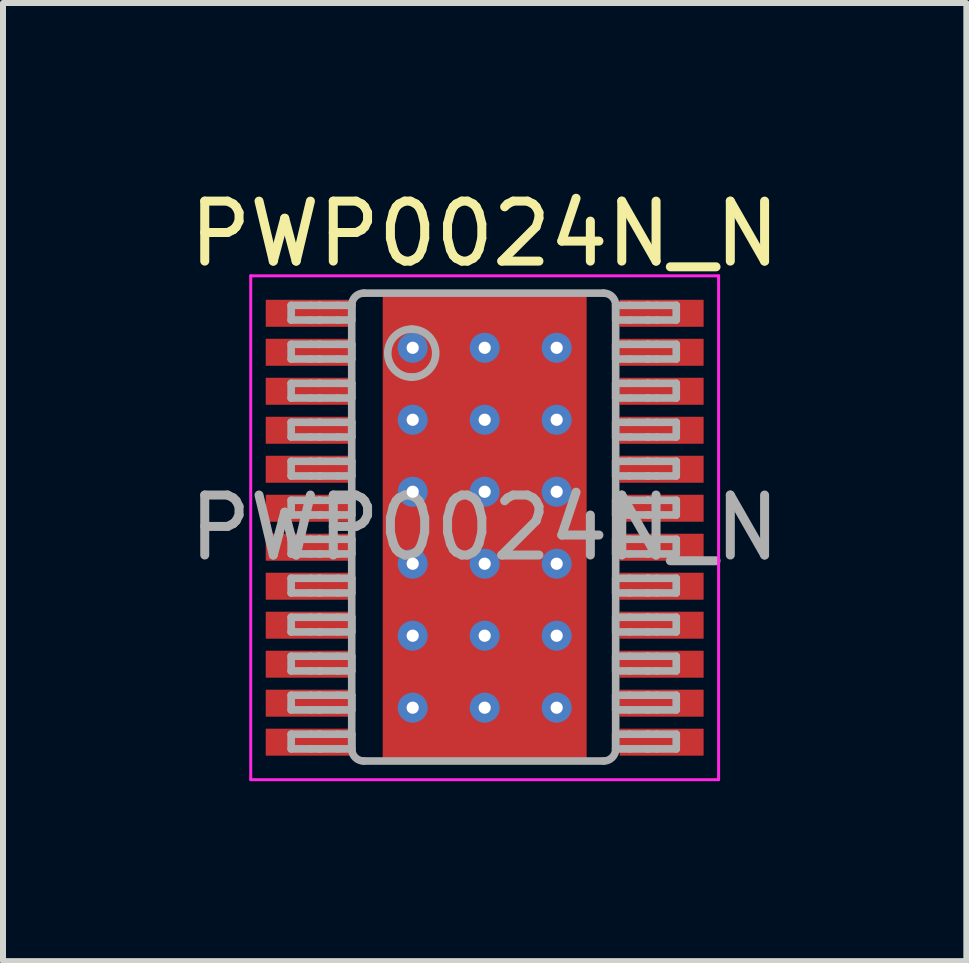
<source format=kicad_pcb>
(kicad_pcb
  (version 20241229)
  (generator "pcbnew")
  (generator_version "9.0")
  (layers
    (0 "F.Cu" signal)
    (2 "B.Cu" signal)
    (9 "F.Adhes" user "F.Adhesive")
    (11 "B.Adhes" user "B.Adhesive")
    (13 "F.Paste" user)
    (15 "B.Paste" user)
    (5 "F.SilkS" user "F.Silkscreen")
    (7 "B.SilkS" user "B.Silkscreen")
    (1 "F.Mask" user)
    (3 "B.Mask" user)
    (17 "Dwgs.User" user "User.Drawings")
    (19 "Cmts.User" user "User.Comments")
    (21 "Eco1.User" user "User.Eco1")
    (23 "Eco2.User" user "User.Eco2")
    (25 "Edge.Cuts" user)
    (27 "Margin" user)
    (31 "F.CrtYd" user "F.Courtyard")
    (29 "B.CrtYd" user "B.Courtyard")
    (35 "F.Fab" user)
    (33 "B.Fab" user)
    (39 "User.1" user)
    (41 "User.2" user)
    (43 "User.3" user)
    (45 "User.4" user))
  (footprint "PWP0024N_N"
    (layer "F.Cu")
    (at 5.03 5.748)
    (property "Reference" "PWP0024N_N" (at 0 -4.9 0) (unlocked yes) (layer "F.SilkS") (effects (font (size 1 1) (thickness 0.15))))
    (attr smd)
    (fp_poly (pts (xy -1.48 1.96) (xy -1.48 -1.96) (xy -1.43 -2.01) (xy 1.43 -2.01) (xy 1.48 -1.96) (xy 1.48 1.96) (xy 1.43 2.01) (xy -1.43 2.01)) (stroke (width 0) (type solid)) (fill yes) (layer "F.Mask"))
    (fp_poly (pts (xy -1.48 1.96) (xy -1.48 -1.96) (xy -1.43 -2.01) (xy 1.43 -2.01) (xy 1.48 -1.96) (xy 1.48 1.96) (xy 1.43 2.01) (xy -1.43 2.01)) (stroke (width 0) (type solid)) (fill yes) (layer "F.Paste"))
    (fp_line (start -3.9 -4.2) (end 3.9 -4.2) (stroke (width 0.05) (type solid)) (layer "F.CrtYd"))
    (fp_line (start -3.9 4.2) (end -3.9 -4.2) (stroke (width 0.05) (type solid)) (layer "F.CrtYd"))
    (fp_line (start -3.9 4.2) (end 3.9 4.2) (stroke (width 0.05) (type solid)) (layer "F.CrtYd"))
    (fp_line (start 3.9 4.2) (end 3.9 -4.2) (stroke (width 0.05) (type solid)) (layer "F.CrtYd"))
    (fp_line (start -3.226 -3.708) (end -2.902 -3.708) (stroke (width 0.127) (type solid)) (layer "F.Fab"))
    (fp_line (start -3.226 -3.463) (end -3.226 -3.708) (stroke (width 0.127) (type solid)) (layer "F.Fab"))
    (fp_line (start -3.226 -3.463) (end -2.902 -3.463) (stroke (width 0.127) (type solid)) (layer "F.Fab"))
    (fp_line (start -3.226 -3.058) (end -2.902 -3.058) (stroke (width 0.127) (type solid)) (layer "F.Fab"))
    (fp_line (start -3.226 -2.813) (end -3.226 -3.058) (stroke (width 0.127) (type solid)) (layer "F.Fab"))
    (fp_line (start -3.226 -2.813) (end -2.902 -2.813) (stroke (width 0.127) (type solid)) (layer "F.Fab"))
    (fp_line (start -3.226 -2.408) (end -2.902 -2.408) (stroke (width 0.127) (type solid)) (layer "F.Fab"))
    (fp_line (start -3.226 -2.163) (end -3.226 -2.408) (stroke (width 0.127) (type solid)) (layer "F.Fab"))
    (fp_line (start -3.226 -2.163) (end -2.902 -2.163) (stroke (width 0.127) (type solid)) (layer "F.Fab"))
    (fp_line (start -3.226 -1.758) (end -2.902 -1.758) (stroke (width 0.127) (type solid)) (layer "F.Fab"))
    (fp_line (start -3.226 -1.513) (end -3.226 -1.758) (stroke (width 0.127) (type solid)) (layer "F.Fab"))
    (fp_line (start -3.226 -1.513) (end -2.902 -1.513) (stroke (width 0.127) (type solid)) (layer "F.Fab"))
    (fp_line (start -3.226 -1.108) (end -2.902 -1.108) (stroke (width 0.127) (type solid)) (layer "F.Fab"))
    (fp_line (start -3.226 -0.863) (end -3.226 -1.108) (stroke (width 0.127) (type solid)) (layer "F.Fab"))
    (fp_line (start -3.226 -0.863) (end -2.902 -0.863) (stroke (width 0.127) (type solid)) (layer "F.Fab"))
    (fp_line (start -3.226 -0.458) (end -2.902 -0.458) (stroke (width 0.127) (type solid)) (layer "F.Fab"))
    (fp_line (start -3.226 -0.213) (end -3.226 -0.458) (stroke (width 0.127) (type solid)) (layer "F.Fab"))
    (fp_line (start -3.226 -0.213) (end -2.902 -0.213) (stroke (width 0.127) (type solid)) (layer "F.Fab"))
    (fp_line (start -3.226 0.192) (end -2.902 0.192) (stroke (width 0.127) (type solid)) (layer "F.Fab"))
    (fp_line (start -3.226 0.437) (end -3.226 0.192) (stroke (width 0.127) (type solid)) (layer "F.Fab"))
    (fp_line (start -3.226 0.437) (end -2.902 0.437) (stroke (width 0.127) (type solid)) (layer "F.Fab"))
    (fp_line (start -3.226 0.842) (end -2.902 0.842) (stroke (width 0.127) (type solid)) (layer "F.Fab"))
    (fp_line (start -3.226 1.087) (end -3.226 0.842) (stroke (width 0.127) (type solid)) (layer "F.Fab"))
    (fp_line (start -3.226 1.087) (end -2.902 1.087) (stroke (width 0.127) (type solid)) (layer "F.Fab"))
    (fp_line (start -3.226 1.492) (end -2.902 1.492) (stroke (width 0.127) (type solid)) (layer "F.Fab"))
    (fp_line (start -3.226 1.737) (end -3.226 1.492) (stroke (width 0.127) (type solid)) (layer "F.Fab"))
    (fp_line (start -3.226 1.737) (end -2.902 1.737) (stroke (width 0.127) (type solid)) (layer "F.Fab"))
    (fp_line (start -3.226 2.142) (end -2.902 2.142) (stroke (width 0.127) (type solid)) (layer "F.Fab"))
    (fp_line (start -3.226 2.387) (end -3.226 2.142) (stroke (width 0.127) (type solid)) (layer "F.Fab"))
    (fp_line (start -3.226 2.387) (end -2.902 2.387) (stroke (width 0.127) (type solid)) (layer "F.Fab"))
    (fp_line (start -3.226 2.792) (end -2.902 2.792) (stroke (width 0.127) (type solid)) (layer "F.Fab"))
    (fp_line (start -3.226 3.037) (end -3.226 2.792) (stroke (width 0.127) (type solid)) (layer "F.Fab"))
    (fp_line (start -3.226 3.037) (end -2.902 3.037) (stroke (width 0.127) (type solid)) (layer "F.Fab"))
    (fp_line (start -3.226 3.442) (end -2.902 3.442) (stroke (width 0.127) (type solid)) (layer "F.Fab"))
    (fp_line (start -3.226 3.687) (end -3.226 3.442) (stroke (width 0.127) (type solid)) (layer "F.Fab"))
    (fp_line (start -3.226 3.687) (end -2.902 3.687) (stroke (width 0.127) (type solid)) (layer "F.Fab"))
    (fp_line (start -2.902 -3.708) (end -2.755 -3.708) (stroke (width 0.127) (type solid)) (layer "F.Fab"))
    (fp_line (start -2.902 -3.463) (end -2.755 -3.463) (stroke (width 0.127) (type solid)) (layer "F.Fab"))
    (fp_line (start -2.902 -3.058) (end -2.755 -3.058) (stroke (width 0.127) (type solid)) (layer "F.Fab"))
    (fp_line (start -2.902 -2.813) (end -2.755 -2.813) (stroke (width 0.127) (type solid)) (layer "F.Fab"))
    (fp_line (start -2.902 -2.408) (end -2.755 -2.408) (stroke (width 0.127) (type solid)) (layer "F.Fab"))
    (fp_line (start -2.902 -2.163) (end -2.755 -2.163) (stroke (width 0.127) (type solid)) (layer "F.Fab"))
    (fp_line (start -2.902 -1.758) (end -2.755 -1.758) (stroke (width 0.127) (type solid)) (layer "F.Fab"))
    (fp_line (start -2.902 -1.513) (end -2.755 -1.513) (stroke (width 0.127) (type solid)) (layer "F.Fab"))
    (fp_line (start -2.902 -1.108) (end -2.755 -1.108) (stroke (width 0.127) (type solid)) (layer "F.Fab"))
    (fp_line (start -2.902 -0.863) (end -2.755 -0.863) (stroke (width 0.127) (type solid)) (layer "F.Fab"))
    (fp_line (start -2.902 -0.458) (end -2.755 -0.458) (stroke (width 0.127) (type solid)) (layer "F.Fab"))
    (fp_line (start -2.902 -0.213) (end -2.755 -0.213) (stroke (width 0.127) (type solid)) (layer "F.Fab"))
    (fp_line (start -2.902 0.192) (end -2.755 0.192) (stroke (width 0.127) (type solid)) (layer "F.Fab"))
    (fp_line (start -2.902 0.437) (end -2.755 0.437) (stroke (width 0.127) (type solid)) (layer "F.Fab"))
    (fp_line (start -2.902 0.842) (end -2.755 0.842) (stroke (width 0.127) (type solid)) (layer "F.Fab"))
    (fp_line (start -2.902 1.087) (end -2.755 1.087) (stroke (width 0.127) (type solid)) (layer "F.Fab"))
    (fp_line (start -2.902 1.492) (end -2.755 1.492) (stroke (width 0.127) (type solid)) (layer "F.Fab"))
    (fp_line (start -2.902 1.737) (end -2.755 1.737) (stroke (width 0.127) (type solid)) (layer "F.Fab"))
    (fp_line (start -2.902 2.142) (end -2.755 2.142) (stroke (width 0.127) (type solid)) (layer "F.Fab"))
    (fp_line (start -2.902 2.387) (end -2.755 2.387) (stroke (width 0.127) (type solid)) (layer "F.Fab"))
    (fp_line (start -2.902 2.792) (end -2.755 2.792) (stroke (width 0.127) (type solid)) (layer "F.Fab"))
    (fp_line (start -2.902 3.037) (end -2.755 3.037) (stroke (width 0.127) (type solid)) (layer "F.Fab"))
    (fp_line (start -2.902 3.442) (end -2.755 3.442) (stroke (width 0.127) (type solid)) (layer "F.Fab"))
    (fp_line (start -2.902 3.687) (end -2.755 3.687) (stroke (width 0.127) (type solid)) (layer "F.Fab"))
    (fp_line (start -2.755 -3.708) (end -2.749 -3.708) (stroke (width 0.127) (type solid)) (layer "F.Fab"))
    (fp_line (start -2.755 -3.463) (end -2.749 -3.463) (stroke (width 0.127) (type solid)) (layer "F.Fab"))
    (fp_line (start -2.755 -3.058) (end -2.749 -3.058) (stroke (width 0.127) (type solid)) (layer "F.Fab"))
    (fp_line (start -2.755 -2.813) (end -2.749 -2.813) (stroke (width 0.127) (type solid)) (layer "F.Fab"))
    (fp_line (start -2.755 -2.408) (end -2.749 -2.408) (stroke (width 0.127) (type solid)) (layer "F.Fab"))
    (fp_line (start -2.755 -2.163) (end -2.749 -2.163) (stroke (width 0.127) (type solid)) (layer "F.Fab"))
    (fp_line (start -2.755 -1.758) (end -2.749 -1.758) (stroke (width 0.127) (type solid)) (layer "F.Fab"))
    (fp_line (start -2.755 -1.513) (end -2.749 -1.513) (stroke (width 0.127) (type solid)) (layer "F.Fab"))
    (fp_line (start -2.755 -1.108) (end -2.749 -1.108) (stroke (width 0.127) (type solid)) (layer "F.Fab"))
    (fp_line (start -2.755 -0.863) (end -2.749 -0.863) (stroke (width 0.127) (type solid)) (layer "F.Fab"))
    (fp_line (start -2.755 -0.458) (end -2.749 -0.458) (stroke (width 0.127) (type solid)) (layer "F.Fab"))
    (fp_line (start -2.755 -0.213) (end -2.749 -0.213) (stroke (width 0.127) (type solid)) (layer "F.Fab"))
    (fp_line (start -2.755 0.192) (end -2.749 0.192) (stroke (width 0.127) (type solid)) (layer "F.Fab"))
    (fp_line (start -2.755 0.437) (end -2.749 0.437) (stroke (width 0.127) (type solid)) (layer "F.Fab"))
    (fp_line (start -2.755 0.842) (end -2.749 0.842) (stroke (width 0.127) (type solid)) (layer "F.Fab"))
    (fp_line (start -2.755 1.087) (end -2.749 1.087) (stroke (width 0.127) (type solid)) (layer "F.Fab"))
    (fp_line (start -2.755 1.492) (end -2.749 1.492) (stroke (width 0.127) (type solid)) (layer "F.Fab"))
    (fp_line (start -2.755 1.737) (end -2.749 1.737) (stroke (width 0.127) (type solid)) (layer "F.Fab"))
    (fp_line (start -2.755 2.142) (end -2.749 2.142) (stroke (width 0.127) (type solid)) (layer "F.Fab"))
    (fp_line (start -2.755 2.387) (end -2.749 2.387) (stroke (width 0.127) (type solid)) (layer "F.Fab"))
    (fp_line (start -2.755 2.792) (end -2.749 2.792) (stroke (width 0.127) (type solid)) (layer "F.Fab"))
    (fp_line (start -2.755 3.037) (end -2.749 3.037) (stroke (width 0.127) (type solid)) (layer "F.Fab"))
    (fp_line (start -2.755 3.442) (end -2.749 3.442) (stroke (width 0.127) (type solid)) (layer "F.Fab"))
    (fp_line (start -2.755 3.687) (end -2.749 3.687) (stroke (width 0.127) (type solid)) (layer "F.Fab"))
    (fp_line (start -2.749 -3.708) (end -2.446 -3.708) (stroke (width 0.127) (type solid)) (layer "F.Fab"))
    (fp_line (start -2.749 -3.463) (end -2.446 -3.463) (stroke (width 0.127) (type solid)) (layer "F.Fab"))
    (fp_line (start -2.749 -3.058) (end -2.446 -3.058) (stroke (width 0.127) (type solid)) (layer "F.Fab"))
    (fp_line (start -2.749 -2.813) (end -2.446 -2.813) (stroke (width 0.127) (type solid)) (layer "F.Fab"))
    (fp_line (start -2.749 -2.408) (end -2.446 -2.408) (stroke (width 0.127) (type solid)) (layer "F.Fab"))
    (fp_line (start -2.749 -2.163) (end -2.446 -2.163) (stroke (width 0.127) (type solid)) (layer "F.Fab"))
    (fp_line (start -2.749 -1.758) (end -2.446 -1.758) (stroke (width 0.127) (type solid)) (layer "F.Fab"))
    (fp_line (start -2.749 -1.513) (end -2.446 -1.513) (stroke (width 0.127) (type solid)) (layer "F.Fab"))
    (fp_line (start -2.749 -1.108) (end -2.446 -1.108) (stroke (width 0.127) (type solid)) (layer "F.Fab"))
    (fp_line (start -2.749 -0.863) (end -2.446 -0.863) (stroke (width 0.127) (type solid)) (layer "F.Fab"))
    (fp_line (start -2.749 -0.458) (end -2.446 -0.458) (stroke (width 0.127) (type solid)) (layer "F.Fab"))
    (fp_line (start -2.749 -0.213) (end -2.446 -0.213) (stroke (width 0.127) (type solid)) (layer "F.Fab"))
    (fp_line (start -2.749 0.192) (end -2.446 0.192) (stroke (width 0.127) (type solid)) (layer "F.Fab"))
    (fp_line (start -2.749 0.437) (end -2.446 0.437) (stroke (width 0.127) (type solid)) (layer "F.Fab"))
    (fp_line (start -2.749 0.842) (end -2.446 0.842) (stroke (width 0.127) (type solid)) (layer "F.Fab"))
    (fp_line (start -2.749 1.087) (end -2.446 1.087) (stroke (width 0.127) (type solid)) (layer "F.Fab"))
    (fp_line (start -2.749 1.492) (end -2.446 1.492) (stroke (width 0.127) (type solid)) (layer "F.Fab"))
    (fp_line (start -2.749 1.737) (end -2.446 1.737) (stroke (width 0.127) (type solid)) (layer "F.Fab"))
    (fp_line (start -2.749 2.142) (end -2.446 2.142) (stroke (width 0.127) (type solid)) (layer "F.Fab"))
    (fp_line (start -2.749 2.387) (end -2.446 2.387) (stroke (width 0.127) (type solid)) (layer "F.Fab"))
    (fp_line (start -2.749 2.792) (end -2.446 2.792) (stroke (width 0.127) (type solid)) (layer "F.Fab"))
    (fp_line (start -2.749 3.037) (end -2.446 3.037) (stroke (width 0.127) (type solid)) (layer "F.Fab"))
    (fp_line (start -2.749 3.442) (end -2.446 3.442) (stroke (width 0.127) (type solid)) (layer "F.Fab"))
    (fp_line (start -2.749 3.687) (end -2.446 3.687) (stroke (width 0.127) (type solid)) (layer "F.Fab"))
    (fp_line (start -2.446 -3.708) (end -2.216 -3.708) (stroke (width 0.127) (type solid)) (layer "F.Fab"))
    (fp_line (start -2.446 -3.463) (end -2.216 -3.463) (stroke (width 0.127) (type solid)) (layer "F.Fab"))
    (fp_line (start -2.446 -3.058) (end -2.216 -3.058) (stroke (width 0.127) (type solid)) (layer "F.Fab"))
    (fp_line (start -2.446 -2.813) (end -2.216 -2.813) (stroke (width 0.127) (type solid)) (layer "F.Fab"))
    (fp_line (start -2.446 -2.408) (end -2.216 -2.408) (stroke (width 0.127) (type solid)) (layer "F.Fab"))
    (fp_line (start -2.446 -2.163) (end -2.216 -2.163) (stroke (width 0.127) (type solid)) (layer "F.Fab"))
    (fp_line (start -2.446 -1.758) (end -2.216 -1.758) (stroke (width 0.127) (type solid)) (layer "F.Fab"))
    (fp_line (start -2.446 -1.513) (end -2.216 -1.513) (stroke (width 0.127) (type solid)) (layer "F.Fab"))
    (fp_line (start -2.446 -1.108) (end -2.216 -1.108) (stroke (width 0.127) (type solid)) (layer "F.Fab"))
    (fp_line (start -2.446 -0.863) (end -2.216 -0.863) (stroke (width 0.127) (type solid)) (layer "F.Fab"))
    (fp_line (start -2.446 -0.458) (end -2.216 -0.458) (stroke (width 0.127) (type solid)) (layer "F.Fab"))
    (fp_line (start -2.446 -0.213) (end -2.216 -0.213) (stroke (width 0.127) (type solid)) (layer "F.Fab"))
    (fp_line (start -2.446 0.192) (end -2.216 0.192) (stroke (width 0.127) (type solid)) (layer "F.Fab"))
    (fp_line (start -2.446 0.437) (end -2.216 0.437) (stroke (width 0.127) (type solid)) (layer "F.Fab"))
    (fp_line (start -2.446 0.842) (end -2.216 0.842) (stroke (width 0.127) (type solid)) (layer "F.Fab"))
    (fp_line (start -2.446 1.087) (end -2.216 1.087) (stroke (width 0.127) (type solid)) (layer "F.Fab"))
    (fp_line (start -2.446 1.492) (end -2.216 1.492) (stroke (width 0.127) (type solid)) (layer "F.Fab"))
    (fp_line (start -2.446 1.737) (end -2.216 1.737) (stroke (width 0.127) (type solid)) (layer "F.Fab"))
    (fp_line (start -2.446 2.142) (end -2.216 2.142) (stroke (width 0.127) (type solid)) (layer "F.Fab"))
    (fp_line (start -2.446 2.387) (end -2.216 2.387) (stroke (width 0.127) (type solid)) (layer "F.Fab"))
    (fp_line (start -2.446 2.792) (end -2.216 2.792) (stroke (width 0.127) (type solid)) (layer "F.Fab"))
    (fp_line (start -2.446 3.037) (end -2.216 3.037) (stroke (width 0.127) (type solid)) (layer "F.Fab"))
    (fp_line (start -2.446 3.442) (end -2.216 3.442) (stroke (width 0.127) (type solid)) (layer "F.Fab"))
    (fp_line (start -2.446 3.687) (end -2.216 3.687) (stroke (width 0.127) (type solid)) (layer "F.Fab"))
    (fp_line (start -2.216 -3.463) (end -2.216 -3.708) (stroke (width 0.127) (type solid)) (layer "F.Fab"))
    (fp_line (start -2.216 -2.813) (end -2.216 -3.058) (stroke (width 0.127) (type solid)) (layer "F.Fab"))
    (fp_line (start -2.216 -2.163) (end -2.216 -2.408) (stroke (width 0.127) (type solid)) (layer "F.Fab"))
    (fp_line (start -2.216 -1.513) (end -2.216 -1.758) (stroke (width 0.127) (type solid)) (layer "F.Fab"))
    (fp_line (start -2.216 -0.863) (end -2.216 -1.108) (stroke (width 0.127) (type solid)) (layer "F.Fab"))
    (fp_line (start -2.216 -0.213) (end -2.216 -0.458) (stroke (width 0.127) (type solid)) (layer "F.Fab"))
    (fp_line (start -2.216 0.437) (end -2.216 0.192) (stroke (width 0.127) (type solid)) (layer "F.Fab"))
    (fp_line (start -2.216 1.087) (end -2.216 0.842) (stroke (width 0.127) (type solid)) (layer "F.Fab"))
    (fp_line (start -2.216 1.737) (end -2.216 1.492) (stroke (width 0.127) (type solid)) (layer "F.Fab"))
    (fp_line (start -2.216 2.387) (end -2.216 2.142) (stroke (width 0.127) (type solid)) (layer "F.Fab"))
    (fp_line (start -2.216 3.037) (end -2.216 2.792) (stroke (width 0.127) (type solid)) (layer "F.Fab"))
    (fp_line (start -2.216 3.687) (end -2.216 3.442) (stroke (width 0.127) (type solid)) (layer "F.Fab"))
    (fp_line (start -2.216 3.689) (end -2.216 -3.711) (stroke (width 0.127) (type solid)) (layer "F.Fab"))
    (fp_line (start -2.016 -3.911) (end 1.984 -3.911) (stroke (width 0.127) (type solid)) (layer "F.Fab"))
    (fp_line (start -2.016 3.889) (end 1.984 3.889) (stroke (width 0.127) (type solid)) (layer "F.Fab"))
    (fp_line (start 2.184 -3.708) (end 2.415 -3.708) (stroke (width 0.127) (type solid)) (layer "F.Fab"))
    (fp_line (start 2.184 -3.463) (end 2.184 -3.708) (stroke (width 0.127) (type solid)) (layer "F.Fab"))
    (fp_line (start 2.184 -3.463) (end 2.415 -3.463) (stroke (width 0.127) (type solid)) (layer "F.Fab"))
    (fp_line (start 2.184 -3.058) (end 2.415 -3.058) (stroke (width 0.127) (type solid)) (layer "F.Fab"))
    (fp_line (start 2.184 -2.813) (end 2.184 -3.058) (stroke (width 0.127) (type solid)) (layer "F.Fab"))
    (fp_line (start 2.184 -2.813) (end 2.415 -2.813) (stroke (width 0.127) (type solid)) (layer "F.Fab"))
    (fp_line (start 2.184 -2.408) (end 2.415 -2.408) (stroke (width 0.127) (type solid)) (layer "F.Fab"))
    (fp_line (start 2.184 -2.163) (end 2.184 -2.408) (stroke (width 0.127) (type solid)) (layer "F.Fab"))
    (fp_line (start 2.184 -2.163) (end 2.415 -2.163) (stroke (width 0.127) (type solid)) (layer "F.Fab"))
    (fp_line (start 2.184 -1.758) (end 2.415 -1.758) (stroke (width 0.127) (type solid)) (layer "F.Fab"))
    (fp_line (start 2.184 -1.513) (end 2.184 -1.758) (stroke (width 0.127) (type solid)) (layer "F.Fab"))
    (fp_line (start 2.184 -1.513) (end 2.415 -1.513) (stroke (width 0.127) (type solid)) (layer "F.Fab"))
    (fp_line (start 2.184 -1.108) (end 2.415 -1.108) (stroke (width 0.127) (type solid)) (layer "F.Fab"))
    (fp_line (start 2.184 -0.863) (end 2.184 -1.108) (stroke (width 0.127) (type solid)) (layer "F.Fab"))
    (fp_line (start 2.184 -0.863) (end 2.415 -0.863) (stroke (width 0.127) (type solid)) (layer "F.Fab"))
    (fp_line (start 2.184 -0.458) (end 2.415 -0.458) (stroke (width 0.127) (type solid)) (layer "F.Fab"))
    (fp_line (start 2.184 -0.213) (end 2.184 -0.458) (stroke (width 0.127) (type solid)) (layer "F.Fab"))
    (fp_line (start 2.184 -0.213) (end 2.415 -0.213) (stroke (width 0.127) (type solid)) (layer "F.Fab"))
    (fp_line (start 2.184 0.192) (end 2.415 0.192) (stroke (width 0.127) (type solid)) (layer "F.Fab"))
    (fp_line (start 2.184 0.437) (end 2.184 0.192) (stroke (width 0.127) (type solid)) (layer "F.Fab"))
    (fp_line (start 2.184 0.437) (end 2.415 0.437) (stroke (width 0.127) (type solid)) (layer "F.Fab"))
    (fp_line (start 2.184 0.842) (end 2.415 0.842) (stroke (width 0.127) (type solid)) (layer "F.Fab"))
    (fp_line (start 2.184 1.087) (end 2.184 0.842) (stroke (width 0.127) (type solid)) (layer "F.Fab"))
    (fp_line (start 2.184 1.087) (end 2.415 1.087) (stroke (width 0.127) (type solid)) (layer "F.Fab"))
    (fp_line (start 2.184 1.492) (end 2.415 1.492) (stroke (width 0.127) (type solid)) (layer "F.Fab"))
    (fp_line (start 2.184 1.737) (end 2.184 1.492) (stroke (width 0.127) (type solid)) (layer "F.Fab"))
    (fp_line (start 2.184 1.737) (end 2.415 1.737) (stroke (width 0.127) (type solid)) (layer "F.Fab"))
    (fp_line (start 2.184 2.142) (end 2.415 2.142) (stroke (width 0.127) (type solid)) (layer "F.Fab"))
    (fp_line (start 2.184 2.387) (end 2.184 2.142) (stroke (width 0.127) (type solid)) (layer "F.Fab"))
    (fp_line (start 2.184 2.387) (end 2.415 2.387) (stroke (width 0.127) (type solid)) (layer "F.Fab"))
    (fp_line (start 2.184 2.792) (end 2.415 2.792) (stroke (width 0.127) (type solid)) (layer "F.Fab"))
    (fp_line (start 2.184 3.037) (end 2.184 2.792) (stroke (width 0.127) (type solid)) (layer "F.Fab"))
    (fp_line (start 2.184 3.037) (end 2.415 3.037) (stroke (width 0.127) (type solid)) (layer "F.Fab"))
    (fp_line (start 2.184 3.442) (end 2.415 3.442) (stroke (width 0.127) (type solid)) (layer "F.Fab"))
    (fp_line (start 2.184 3.687) (end 2.184 3.442) (stroke (width 0.127) (type solid)) (layer "F.Fab"))
    (fp_line (start 2.184 3.687) (end 2.415 3.687) (stroke (width 0.127) (type solid)) (layer "F.Fab"))
    (fp_line (start 2.184 3.689) (end 2.184 -3.711) (stroke (width 0.127) (type solid)) (layer "F.Fab"))
    (fp_line (start 2.415 -3.708) (end 2.718 -3.708) (stroke (width 0.127) (type solid)) (layer "F.Fab"))
    (fp_line (start 2.415 -3.463) (end 2.718 -3.463) (stroke (width 0.127) (type solid)) (layer "F.Fab"))
    (fp_line (start 2.415 -3.058) (end 2.718 -3.058) (stroke (width 0.127) (type solid)) (layer "F.Fab"))
    (fp_line (start 2.415 -2.813) (end 2.718 -2.813) (stroke (width 0.127) (type solid)) (layer "F.Fab"))
    (fp_line (start 2.415 -2.408) (end 2.718 -2.408) (stroke (width 0.127) (type solid)) (layer "F.Fab"))
    (fp_line (start 2.415 -2.163) (end 2.718 -2.163) (stroke (width 0.127) (type solid)) (layer "F.Fab"))
    (fp_line (start 2.415 -1.758) (end 2.718 -1.758) (stroke (width 0.127) (type solid)) (layer "F.Fab"))
    (fp_line (start 2.415 -1.513) (end 2.718 -1.513) (stroke (width 0.127) (type solid)) (layer "F.Fab"))
    (fp_line (start 2.415 -1.108) (end 2.718 -1.108) (stroke (width 0.127) (type solid)) (layer "F.Fab"))
    (fp_line (start 2.415 -0.863) (end 2.718 -0.863) (stroke (width 0.127) (type solid)) (layer "F.Fab"))
    (fp_line (start 2.415 -0.458) (end 2.718 -0.458) (stroke (width 0.127) (type solid)) (layer "F.Fab"))
    (fp_line (start 2.415 -0.213) (end 2.718 -0.213) (stroke (width 0.127) (type solid)) (layer "F.Fab"))
    (fp_line (start 2.415 0.192) (end 2.718 0.192) (stroke (width 0.127) (type solid)) (layer "F.Fab"))
    (fp_line (start 2.415 0.437) (end 2.718 0.437) (stroke (width 0.127) (type solid)) (layer "F.Fab"))
    (fp_line (start 2.415 0.842) (end 2.718 0.842) (stroke (width 0.127) (type solid)) (layer "F.Fab"))
    (fp_line (start 2.415 1.087) (end 2.718 1.087) (stroke (width 0.127) (type solid)) (layer "F.Fab"))
    (fp_line (start 2.415 1.492) (end 2.718 1.492) (stroke (width 0.127) (type solid)) (layer "F.Fab"))
    (fp_line (start 2.415 1.737) (end 2.718 1.737) (stroke (width 0.127) (type solid)) (layer "F.Fab"))
    (fp_line (start 2.415 2.142) (end 2.718 2.142) (stroke (width 0.127) (type solid)) (layer "F.Fab"))
    (fp_line (start 2.415 2.387) (end 2.718 2.387) (stroke (width 0.127) (type solid)) (layer "F.Fab"))
    (fp_line (start 2.415 2.792) (end 2.718 2.792) (stroke (width 0.127) (type solid)) (layer "F.Fab"))
    (fp_line (start 2.415 3.037) (end 2.718 3.037) (stroke (width 0.127) (type solid)) (layer "F.Fab"))
    (fp_line (start 2.415 3.442) (end 2.718 3.442) (stroke (width 0.127) (type solid)) (layer "F.Fab"))
    (fp_line (start 2.415 3.687) (end 2.718 3.687) (stroke (width 0.127) (type solid)) (layer "F.Fab"))
    (fp_line (start 2.718 -3.708) (end 2.723 -3.708) (stroke (width 0.127) (type solid)) (layer "F.Fab"))
    (fp_line (start 2.718 -3.463) (end 2.723 -3.463) (stroke (width 0.127) (type solid)) (layer "F.Fab"))
    (fp_line (start 2.718 -3.058) (end 2.723 -3.058) (stroke (width 0.127) (type solid)) (layer "F.Fab"))
    (fp_line (start 2.718 -2.813) (end 2.723 -2.813) (stroke (width 0.127) (type solid)) (layer "F.Fab"))
    (fp_line (start 2.718 -2.408) (end 2.723 -2.408) (stroke (width 0.127) (type solid)) (layer "F.Fab"))
    (fp_line (start 2.718 -2.163) (end 2.723 -2.163) (stroke (width 0.127) (type solid)) (layer "F.Fab"))
    (fp_line (start 2.718 -1.758) (end 2.723 -1.758) (stroke (width 0.127) (type solid)) (layer "F.Fab"))
    (fp_line (start 2.718 -1.513) (end 2.723 -1.513) (stroke (width 0.127) (type solid)) (layer "F.Fab"))
    (fp_line (start 2.718 -1.108) (end 2.723 -1.108) (stroke (width 0.127) (type solid)) (layer "F.Fab"))
    (fp_line (start 2.718 -0.863) (end 2.723 -0.863) (stroke (width 0.127) (type solid)) (layer "F.Fab"))
    (fp_line (start 2.718 -0.458) (end 2.723 -0.458) (stroke (width 0.127) (type solid)) (layer "F.Fab"))
    (fp_line (start 2.718 -0.213) (end 2.723 -0.213) (stroke (width 0.127) (type solid)) (layer "F.Fab"))
    (fp_line (start 2.718 0.192) (end 2.723 0.192) (stroke (width 0.127) (type solid)) (layer "F.Fab"))
    (fp_line (start 2.718 0.437) (end 2.723 0.437) (stroke (width 0.127) (type solid)) (layer "F.Fab"))
    (fp_line (start 2.718 0.842) (end 2.723 0.842) (stroke (width 0.127) (type solid)) (layer "F.Fab"))
    (fp_line (start 2.718 1.087) (end 2.723 1.087) (stroke (width 0.127) (type solid)) (layer "F.Fab"))
    (fp_line (start 2.718 1.492) (end 2.723 1.492) (stroke (width 0.127) (type solid)) (layer "F.Fab"))
    (fp_line (start 2.718 1.737) (end 2.723 1.737) (stroke (width 0.127) (type solid)) (layer "F.Fab"))
    (fp_line (start 2.718 2.142) (end 2.723 2.142) (stroke (width 0.127) (type solid)) (layer "F.Fab"))
    (fp_line (start 2.718 2.387) (end 2.723 2.387) (stroke (width 0.127) (type solid)) (layer "F.Fab"))
    (fp_line (start 2.718 2.792) (end 2.723 2.792) (stroke (width 0.127) (type solid)) (layer "F.Fab"))
    (fp_line (start 2.718 3.037) (end 2.723 3.037) (stroke (width 0.127) (type solid)) (layer "F.Fab"))
    (fp_line (start 2.718 3.442) (end 2.723 3.442) (stroke (width 0.127) (type solid)) (layer "F.Fab"))
    (fp_line (start 2.718 3.687) (end 2.723 3.687) (stroke (width 0.127) (type solid)) (layer "F.Fab"))
    (fp_line (start 2.723 -3.708) (end 2.871 -3.708) (stroke (width 0.127) (type solid)) (layer "F.Fab"))
    (fp_line (start 2.723 -3.463) (end 2.871 -3.463) (stroke (width 0.127) (type solid)) (layer "F.Fab"))
    (fp_line (start 2.723 -3.058) (end 2.871 -3.058) (stroke (width 0.127) (type solid)) (layer "F.Fab"))
    (fp_line (start 2.723 -2.813) (end 2.871 -2.813) (stroke (width 0.127) (type solid)) (layer "F.Fab"))
    (fp_line (start 2.723 -2.408) (end 2.871 -2.408) (stroke (width 0.127) (type solid)) (layer "F.Fab"))
    (fp_line (start 2.723 -2.163) (end 2.871 -2.163) (stroke (width 0.127) (type solid)) (layer "F.Fab"))
    (fp_line (start 2.723 -1.758) (end 2.871 -1.758) (stroke (width 0.127) (type solid)) (layer "F.Fab"))
    (fp_line (start 2.723 -1.513) (end 2.871 -1.513) (stroke (width 0.127) (type solid)) (layer "F.Fab"))
    (fp_line (start 2.723 -1.108) (end 2.871 -1.108) (stroke (width 0.127) (type solid)) (layer "F.Fab"))
    (fp_line (start 2.723 -0.863) (end 2.871 -0.863) (stroke (width 0.127) (type solid)) (layer "F.Fab"))
    (fp_line (start 2.723 -0.458) (end 2.871 -0.458) (stroke (width 0.127) (type solid)) (layer "F.Fab"))
    (fp_line (start 2.723 -0.213) (end 2.871 -0.213) (stroke (width 0.127) (type solid)) (layer "F.Fab"))
    (fp_line (start 2.723 0.192) (end 2.871 0.192) (stroke (width 0.127) (type solid)) (layer "F.Fab"))
    (fp_line (start 2.723 0.437) (end 2.871 0.437) (stroke (width 0.127) (type solid)) (layer "F.Fab"))
    (fp_line (start 2.723 0.842) (end 2.871 0.842) (stroke (width 0.127) (type solid)) (layer "F.Fab"))
    (fp_line (start 2.723 1.087) (end 2.871 1.087) (stroke (width 0.127) (type solid)) (layer "F.Fab"))
    (fp_line (start 2.723 1.492) (end 2.871 1.492) (stroke (width 0.127) (type solid)) (layer "F.Fab"))
    (fp_line (start 2.723 1.737) (end 2.871 1.737) (stroke (width 0.127) (type solid)) (layer "F.Fab"))
    (fp_line (start 2.723 2.142) (end 2.871 2.142) (stroke (width 0.127) (type solid)) (layer "F.Fab"))
    (fp_line (start 2.723 2.387) (end 2.871 2.387) (stroke (width 0.127) (type solid)) (layer "F.Fab"))
    (fp_line (start 2.723 2.792) (end 2.871 2.792) (stroke (width 0.127) (type solid)) (layer "F.Fab"))
    (fp_line (start 2.723 3.037) (end 2.871 3.037) (stroke (width 0.127) (type solid)) (layer "F.Fab"))
    (fp_line (start 2.723 3.442) (end 2.871 3.442) (stroke (width 0.127) (type solid)) (layer "F.Fab"))
    (fp_line (start 2.723 3.687) (end 2.871 3.687) (stroke (width 0.127) (type solid)) (layer "F.Fab"))
    (fp_line (start 2.871 -3.708) (end 3.194 -3.708) (stroke (width 0.127) (type solid)) (layer "F.Fab"))
    (fp_line (start 2.871 -3.463) (end 3.194 -3.463) (stroke (width 0.127) (type solid)) (layer "F.Fab"))
    (fp_line (start 2.871 -3.058) (end 3.194 -3.058) (stroke (width 0.127) (type solid)) (layer "F.Fab"))
    (fp_line (start 2.871 -2.813) (end 3.194 -2.813) (stroke (width 0.127) (type solid)) (layer "F.Fab"))
    (fp_line (start 2.871 -2.408) (end 3.194 -2.408) (stroke (width 0.127) (type solid)) (layer "F.Fab"))
    (fp_line (start 2.871 -2.163) (end 3.194 -2.163) (stroke (width 0.127) (type solid)) (layer "F.Fab"))
    (fp_line (start 2.871 -1.758) (end 3.194 -1.758) (stroke (width 0.127) (type solid)) (layer "F.Fab"))
    (fp_line (start 2.871 -1.513) (end 3.194 -1.513) (stroke (width 0.127) (type solid)) (layer "F.Fab"))
    (fp_line (start 2.871 -1.108) (end 3.194 -1.108) (stroke (width 0.127) (type solid)) (layer "F.Fab"))
    (fp_line (start 2.871 -0.863) (end 3.194 -0.863) (stroke (width 0.127) (type solid)) (layer "F.Fab"))
    (fp_line (start 2.871 -0.458) (end 3.194 -0.458) (stroke (width 0.127) (type solid)) (layer "F.Fab"))
    (fp_line (start 2.871 -0.213) (end 3.194 -0.213) (stroke (width 0.127) (type solid)) (layer "F.Fab"))
    (fp_line (start 2.871 0.192) (end 3.194 0.192) (stroke (width 0.127) (type solid)) (layer "F.Fab"))
    (fp_line (start 2.871 0.437) (end 3.194 0.437) (stroke (width 0.127) (type solid)) (layer "F.Fab"))
    (fp_line (start 2.871 0.842) (end 3.194 0.842) (stroke (width 0.127) (type solid)) (layer "F.Fab"))
    (fp_line (start 2.871 1.087) (end 3.194 1.087) (stroke (width 0.127) (type solid)) (layer "F.Fab"))
    (fp_line (start 2.871 1.492) (end 3.194 1.492) (stroke (width 0.127) (type solid)) (layer "F.Fab"))
    (fp_line (start 2.871 1.737) (end 3.194 1.737) (stroke (width 0.127) (type solid)) (layer "F.Fab"))
    (fp_line (start 2.871 2.142) (end 3.194 2.142) (stroke (width 0.127) (type solid)) (layer "F.Fab"))
    (fp_line (start 2.871 2.387) (end 3.194 2.387) (stroke (width 0.127) (type solid)) (layer "F.Fab"))
    (fp_line (start 2.871 2.792) (end 3.194 2.792) (stroke (width 0.127) (type solid)) (layer "F.Fab"))
    (fp_line (start 2.871 3.037) (end 3.194 3.037) (stroke (width 0.127) (type solid)) (layer "F.Fab"))
    (fp_line (start 2.871 3.442) (end 3.194 3.442) (stroke (width 0.127) (type solid)) (layer "F.Fab"))
    (fp_line (start 2.871 3.687) (end 3.194 3.687) (stroke (width 0.127) (type solid)) (layer "F.Fab"))
    (fp_line (start 3.194 -3.463) (end 3.194 -3.708) (stroke (width 0.127) (type solid)) (layer "F.Fab"))
    (fp_line (start 3.194 -2.813) (end 3.194 -3.058) (stroke (width 0.127) (type solid)) (layer "F.Fab"))
    (fp_line (start 3.194 -2.163) (end 3.194 -2.408) (stroke (width 0.127) (type solid)) (layer "F.Fab"))
    (fp_line (start 3.194 -1.513) (end 3.194 -1.758) (stroke (width 0.127) (type solid)) (layer "F.Fab"))
    (fp_line (start 3.194 -0.863) (end 3.194 -1.108) (stroke (width 0.127) (type solid)) (layer "F.Fab"))
    (fp_line (start 3.194 -0.213) (end 3.194 -0.458) (stroke (width 0.127) (type solid)) (layer "F.Fab"))
    (fp_line (start 3.194 0.437) (end 3.194 0.192) (stroke (width 0.127) (type solid)) (layer "F.Fab"))
    (fp_line (start 3.194 1.087) (end 3.194 0.842) (stroke (width 0.127) (type solid)) (layer "F.Fab"))
    (fp_line (start 3.194 1.737) (end 3.194 1.492) (stroke (width 0.127) (type solid)) (layer "F.Fab"))
    (fp_line (start 3.194 2.387) (end 3.194 2.142) (stroke (width 0.127) (type solid)) (layer "F.Fab"))
    (fp_line (start 3.194 3.037) (end 3.194 2.792) (stroke (width 0.127) (type solid)) (layer "F.Fab"))
    (fp_line (start 3.194 3.687) (end 3.194 3.442) (stroke (width 0.127) (type solid)) (layer "F.Fab"))
    (fp_arc (start -2.215693 -3.710914) (mid -2.157114 -3.852336) (end -2.015693 -3.910914) (stroke (width 0.127) (type solid)) (layer "F.Fab"))
    (fp_arc (start -2.015693 3.889096) (mid -2.157114 3.830517) (end -2.215693 3.689096) (stroke (width 0.127) (type solid)) (layer "F.Fab"))
    (fp_arc (start -1.215695 -3.310915) (mid -0.815696 -2.910916) (end -1.215695 -2.510917) (stroke (width 0.127) (type solid)) (layer "F.Fab"))
    (fp_arc (start -1.215695 -2.510917) (mid -1.615694 -2.910916) (end -1.215695 -3.310915) (stroke (width 0.127) (type solid)) (layer "F.Fab"))
    (fp_arc (start 1.984299 -3.910914) (mid 2.12572 -3.852336) (end 2.184298 -3.710915) (stroke (width 0.127) (type solid)) (layer "F.Fab"))
    (fp_arc (start 2.184298 3.689096) (mid 2.12572 3.830517) (end 1.984299 3.889096) (stroke (width 0.127) (type solid)) (layer "F.Fab"))
    (fp_text user "${REFERENCE}" (at 0 0 0) (unlocked yes) (layer "F.Fab") (effects (font (size 1 1) (thickness 0.15))))
    (pad "1" smd rect (at -2.95 -3.575 90) (size 0.45 1.4) (layers "F.Cu" "F.Mask" "F.Paste"))
    (pad "2" smd rect (at -2.95 -2.925 90) (size 0.45 1.4) (layers "F.Cu" "F.Mask" "F.Paste"))
    (pad "3" smd rect (at -2.95 -2.275 90) (size 0.45 1.4) (layers "F.Cu" "F.Mask" "F.Paste"))
    (pad "4" smd rect (at -2.95 -1.625 90) (size 0.45 1.4) (layers "F.Cu" "F.Mask" "F.Paste"))
    (pad "5" smd rect (at -2.95 -0.975 90) (size 0.45 1.4) (layers "F.Cu" "F.Mask" "F.Paste"))
    (pad "6" smd rect (at -2.95 -0.325 90) (size 0.45 1.4) (layers "F.Cu" "F.Mask" "F.Paste"))
    (pad "7" smd rect (at -2.95 0.325 90) (size 0.45 1.4) (layers "F.Cu" "F.Mask" "F.Paste"))
    (pad "8" smd rect (at -2.95 0.975 90) (size 0.45 1.4) (layers "F.Cu" "F.Mask" "F.Paste"))
    (pad "9" smd rect (at -2.95 1.625 90) (size 0.45 1.4) (layers "F.Cu" "F.Mask" "F.Paste"))
    (pad "10" smd rect (at -2.95 2.275 90) (size 0.45 1.4) (layers "F.Cu" "F.Mask" "F.Paste"))
    (pad "11" smd rect (at -2.95 2.925 90) (size 0.45 1.4) (layers "F.Cu" "F.Mask" "F.Paste"))
    (pad "12" smd rect (at -2.95 3.575 90) (size 0.45 1.4) (layers "F.Cu" "F.Mask" "F.Paste"))
    (pad "13" smd rect (at 2.95 3.575 90) (size 0.45 1.4) (layers "F.Cu" "F.Mask" "F.Paste"))
    (pad "14" smd rect (at 2.95 2.925 90) (size 0.45 1.4) (layers "F.Cu" "F.Mask" "F.Paste"))
    (pad "15" smd rect (at 2.95 2.275 90) (size 0.45 1.4) (layers "F.Cu" "F.Mask" "F.Paste"))
    (pad "16" smd rect (at 2.95 1.625 90) (size 0.45 1.4) (layers "F.Cu" "F.Mask" "F.Paste"))
    (pad "17" smd rect (at 2.95 0.975 90) (size 0.45 1.4) (layers "F.Cu" "F.Mask" "F.Paste"))
    (pad "18" smd rect (at 2.95 0.325 90) (size 0.45 1.4) (layers "F.Cu" "F.Mask" "F.Paste"))
    (pad "19" smd rect (at 2.95 -0.325 90) (size 0.45 1.4) (layers "F.Cu" "F.Mask" "F.Paste"))
    (pad "20" smd rect (at 2.95 -0.975 90) (size 0.45 1.4) (layers "F.Cu" "F.Mask" "F.Paste"))
    (pad "21" smd rect (at 2.95 -1.625 90) (size 0.45 1.4) (layers "F.Cu" "F.Mask" "F.Paste"))
    (pad "22" smd rect (at 2.95 -2.275 90) (size 0.45 1.4) (layers "F.Cu" "F.Mask" "F.Paste"))
    (pad "23" smd rect (at 2.95 -2.925 90) (size 0.45 1.4) (layers "F.Cu" "F.Mask" "F.Paste"))
    (pad "24" smd rect (at 2.95 -3.575 90) (size 0.45 1.4) (layers "F.Cu" "F.Mask" "F.Paste"))
    (pad "25" thru_hole circle (at -1.2 -3) (size 0.5 0.5) (drill 0.203) (layers "*.Cu" "*.Mask"))
    (pad "25" thru_hole circle (at -1.2 -1.8) (size 0.5 0.5) (drill 0.203) (layers "*.Cu" "*.Mask"))
    (pad "25" thru_hole circle (at -1.2 -0.6) (size 0.5 0.5) (drill 0.203) (layers "*.Cu" "*.Mask"))
    (pad "25" thru_hole circle (at -1.2 0.6) (size 0.5 0.5) (drill 0.203) (layers "*.Cu" "*.Mask"))
    (pad "25" thru_hole circle (at -1.2 1.8) (size 0.5 0.5) (drill 0.203) (layers "*.Cu" "*.Mask"))
    (pad "25" thru_hole circle (at -1.2 3) (size 0.5 0.5) (drill 0.203) (layers "*.Cu" "*.Mask"))
    (pad "25" thru_hole circle (at 0 -3) (size 0.5 0.5) (drill 0.203) (layers "*.Cu" "*.Mask"))
    (pad "25" thru_hole circle (at 0 -1.8) (size 0.5 0.5) (drill 0.203) (layers "*.Cu" "*.Mask"))
    (pad "25" thru_hole circle (at 0 -0.6) (size 0.5 0.5) (drill 0.203) (layers "*.Cu" "*.Mask"))
    (pad "25" smd rect (at 0 0) (size 3.4 7.8) (layers "F.Cu"))
    (pad "25" thru_hole circle (at 0 0.6) (size 0.5 0.5) (drill 0.203) (layers "*.Cu" "*.Mask"))
    (pad "25" thru_hole circle (at 0 1.8) (size 0.5 0.5) (drill 0.203) (layers "*.Cu" "*.Mask"))
    (pad "25" thru_hole circle (at 0 3) (size 0.5 0.5) (drill 0.203) (layers "*.Cu" "*.Mask"))
    (pad "25" thru_hole circle (at 1.2 -3) (size 0.5 0.5) (drill 0.203) (layers "*.Cu" "*.Mask"))
    (pad "25" thru_hole circle (at 1.2 -1.8) (size 0.5 0.5) (drill 0.203) (layers "*.Cu" "*.Mask"))
    (pad "25" thru_hole circle (at 1.2 -0.6) (size 0.5 0.5) (drill 0.203) (layers "*.Cu" "*.Mask"))
    (pad "25" thru_hole circle (at 1.2 0.6) (size 0.5 0.5) (drill 0.203) (layers "*.Cu" "*.Mask"))
    (pad "25" thru_hole circle (at 1.2 1.8) (size 0.5 0.5) (drill 0.203) (layers "*.Cu" "*.Mask"))
    (pad "25" thru_hole circle (at 1.2 3) (size 0.5 0.5) (drill 0.203) (layers "*.Cu" "*.Mask")))
  (gr_rect
    (start -3 -3)
    (end 13.06 12.973)
    (stroke (width 0.1) (type default))
    (fill no)
    (layer "Edge.Cuts")))
</source>
